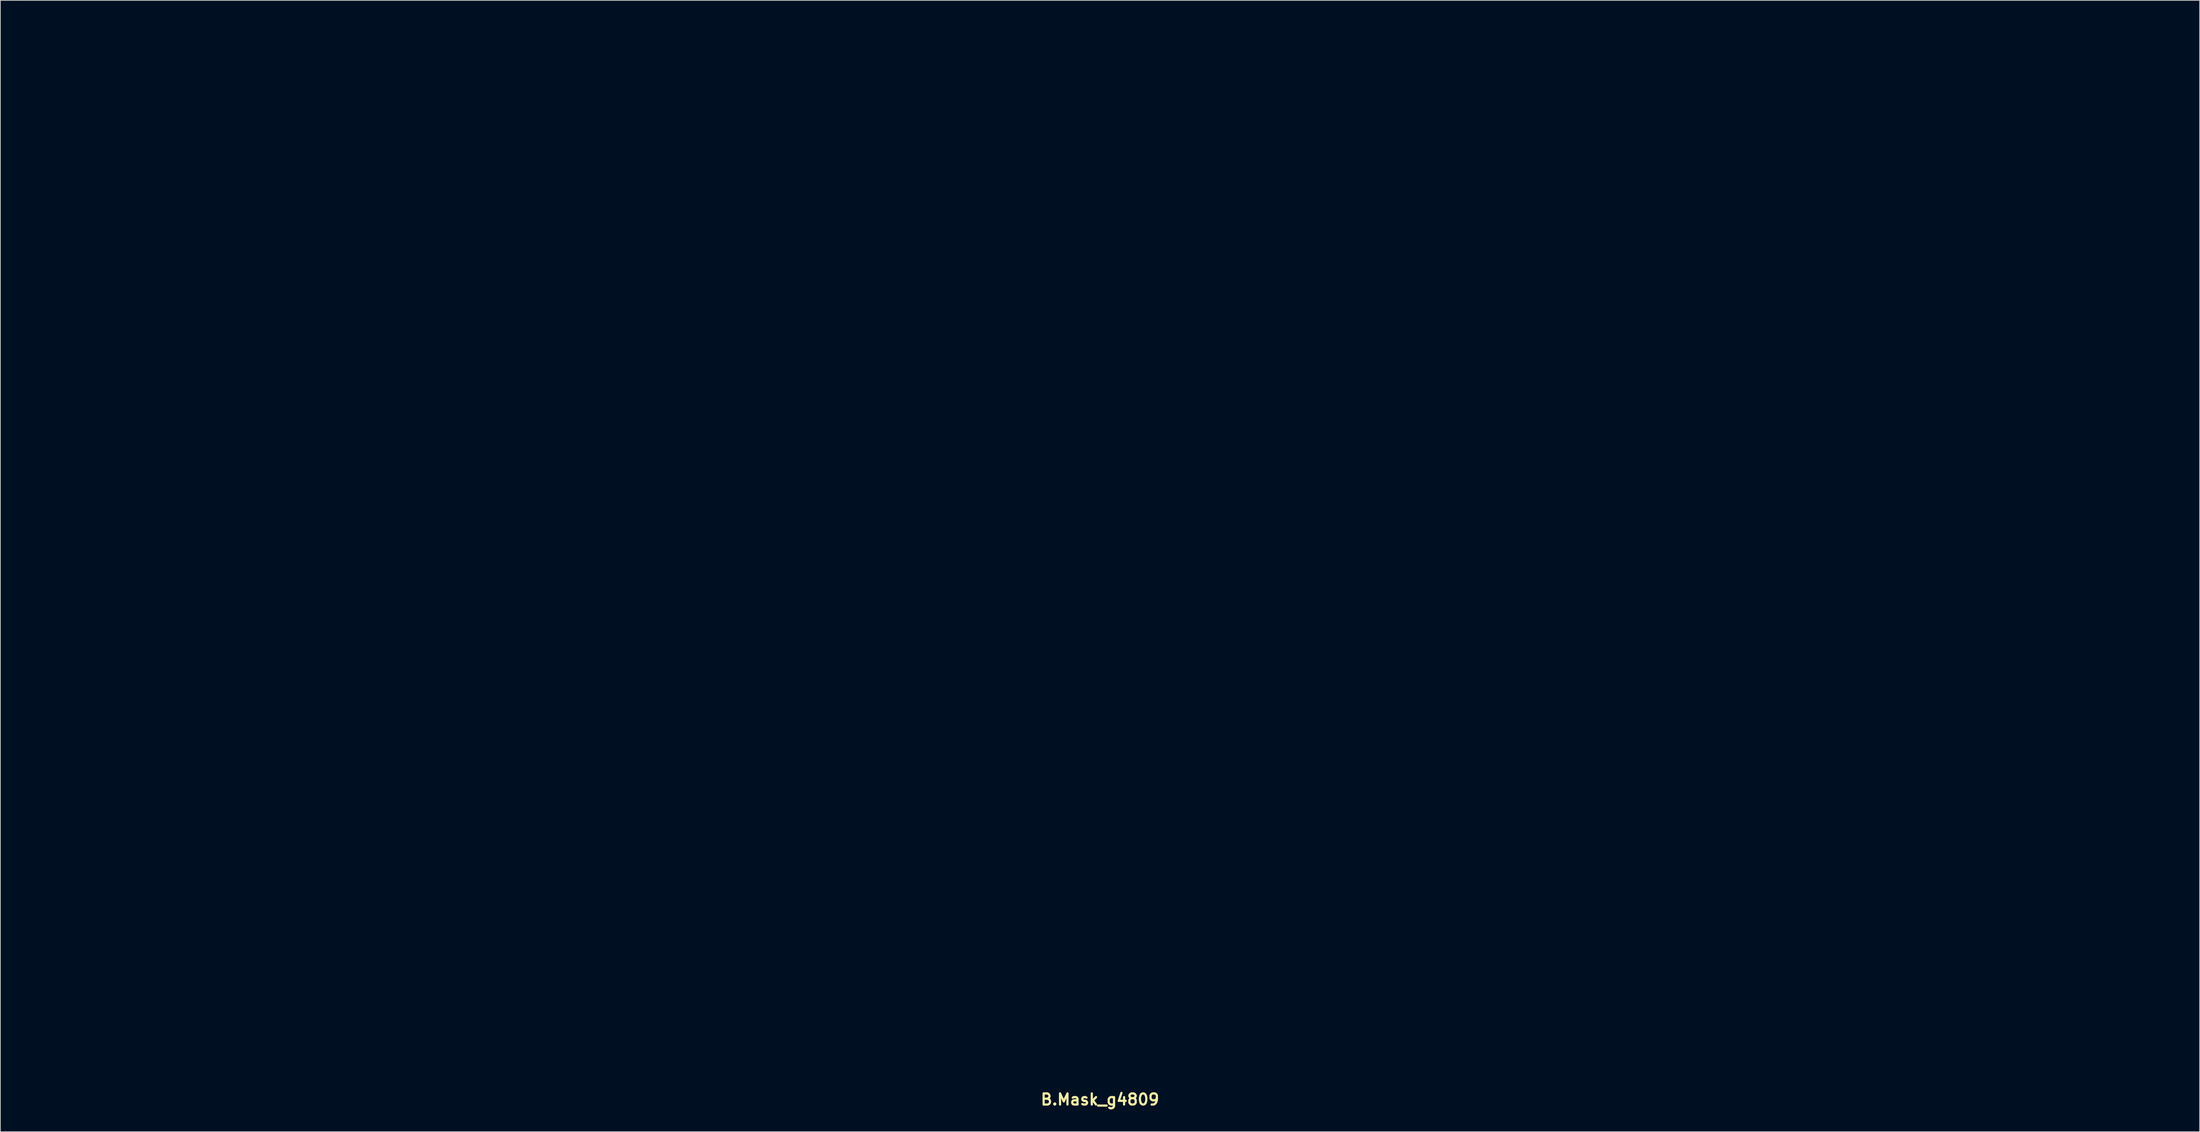
<source format=kicad_pcb>
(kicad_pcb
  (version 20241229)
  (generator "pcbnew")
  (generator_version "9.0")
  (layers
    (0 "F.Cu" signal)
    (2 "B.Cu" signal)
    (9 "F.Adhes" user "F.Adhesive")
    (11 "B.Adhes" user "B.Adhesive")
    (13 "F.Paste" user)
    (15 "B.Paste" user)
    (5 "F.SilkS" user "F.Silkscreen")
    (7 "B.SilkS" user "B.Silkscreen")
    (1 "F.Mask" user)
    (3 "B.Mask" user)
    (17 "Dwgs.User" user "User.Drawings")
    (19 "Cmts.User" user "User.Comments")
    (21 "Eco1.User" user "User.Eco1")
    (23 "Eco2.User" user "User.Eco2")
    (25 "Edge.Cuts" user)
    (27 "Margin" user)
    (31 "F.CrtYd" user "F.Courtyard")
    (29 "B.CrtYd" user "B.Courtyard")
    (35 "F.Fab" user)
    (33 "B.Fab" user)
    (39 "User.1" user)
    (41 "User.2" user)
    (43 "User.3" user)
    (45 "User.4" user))
  (footprint "B.Mask_g4809"
    (layer "F.Cu")
    (at 147.788 147.788)
    (property "Reference" "B.Mask_g4809" (at 0 0 0) (layer "F.SilkS") (effects (font (size 1.524 1.524) (thickness 0.3))))
    (attr through_hole)
    (fp_poly (pts (xy 6.403 -101.009) (xy 8.337 -101.009) (xy 10.27 -101.008) (xy 12.202 -101.008) (xy 14.132 -101.008) (xy 16.059 -101.008) (xy 17.984 -101.008) (xy 19.906 -101.008) (xy 21.824 -101.008) (xy 23.738 -101.008) (xy 25.647 -101.008) (xy 27.552 -101.008) (xy 29.45 -101.008) (xy 31.343 -101.008) (xy 33.23 -101.008) (xy 35.109 -101.008) (xy 36.981 -101.008) (xy 38.846 -101.008) (xy 40.702 -101.007) (xy 42.549 -101.007) (xy 44.387 -101.007) (xy 46.216 -101.007) (xy 48.034 -101.007) (xy 49.842 -101.007) (xy 51.639 -101.007) (xy 53.424 -101.007) (xy 55.197 -101.006) (xy 56.957 -101.006) (xy 58.705 -101.006) (xy 60.439 -101.006) (xy 62.16 -101.006) (xy 63.866 -101.006) (xy 65.557 -101.005) (xy 67.233 -101.005) (xy 68.894 -101.005) (xy 70.538 -101.005) (xy 72.166 -101.005) (xy 73.776 -101.004) (xy 75.369 -101.004) (xy 76.944 -101.004) (xy 78.5 -101.004) (xy 80.037 -101.003) (xy 81.555 -101.003) (xy 83.053 -101.003) (xy 84.531 -101.003) (xy 85.988 -101.002) (xy 87.423 -101.002) (xy 88.837 -101.002) (xy 90.229 -101.002) (xy 91.598 -101.001) (xy 92.943 -101.001) (xy 94.266 -101.001) (xy 95.564 -101.001) (xy 96.837 -101) (xy 98.086 -101) (xy 99.309 -101) (xy 100.506 -100.999) (xy 101.677 -100.999) (xy 102.82 -100.999) (xy 103.937 -100.998) (xy 105.026 -100.998) (xy 106.086 -100.998) (xy 107.118 -100.997) (xy 108.121 -100.997) (xy 109.093 -100.997) (xy 110.036 -100.996) (xy 110.949 -100.996) (xy 111.83 -100.995) (xy 112.679 -100.995) (xy 113.497 -100.995) (xy 114.283 -100.994) (xy 115.035 -100.994) (xy 115.754 -100.993) (xy 116.439 -100.993) (xy 117.09 -100.993) (xy 117.706 -100.992) (xy 118.287 -100.992) (xy 118.832 -100.991) (xy 119.342 -100.991) (xy 119.814 -100.99) (xy 120.25 -100.99) (xy 120.647 -100.99) (xy 121.007 -100.989) (xy 121.329 -100.989) (xy 121.611 -100.988) (xy 121.854 -100.988) (xy 122.057 -100.987) (xy 122.22 -100.987) (xy 122.342 -100.986) (xy 122.423 -100.986) (xy 122.462 -100.985) (xy 122.466 -100.985) (xy 122.762 -100.935) (xy 123.036 -100.851) (xy 123.284 -100.736) (xy 123.507 -100.591) (xy 123.701 -100.418) (xy 123.865 -100.218) (xy 123.998 -99.992) (xy 124.096 -99.743) (xy 124.156 -99.498) (xy 124.175 -99.324) (xy 124.18 -99.126) (xy 124.17 -98.924) (xy 124.146 -98.733) (xy 124.124 -98.625) (xy 124.116 -98.596) (xy 124.096 -98.527) (xy 124.064 -98.42) (xy 124.022 -98.275) (xy 123.969 -98.093) (xy 123.905 -97.876) (xy 123.831 -97.623) (xy 123.747 -97.338) (xy 123.654 -97.019) (xy 123.551 -96.669) (xy 123.439 -96.288) (xy 123.318 -95.877) (xy 123.189 -95.437) (xy 123.051 -94.969) (xy 122.906 -94.474) (xy 122.752 -93.954) (xy 122.592 -93.408) (xy 122.424 -92.838) (xy 122.25 -92.246) (xy 122.069 -91.631) (xy 121.882 -90.995) (xy 121.688 -90.339) (xy 121.49 -89.664) (xy 121.285 -88.971) (xy 121.076 -88.261) (xy 120.862 -87.534) (xy 120.644 -86.793) (xy 120.421 -86.037) (xy 120.194 -85.267) (xy 119.964 -84.486) (xy 119.73 -83.693) (xy 119.494 -82.889) (xy 119.254 -82.076) (xy 119.012 -81.255) (xy 118.768 -80.427) (xy 118.522 -79.591) (xy 118.274 -78.751) (xy 118.025 -77.906) (xy 117.775 -77.057) (xy 117.524 -76.206) (xy 117.273 -75.353) (xy 117.021 -74.499) (xy 116.77 -73.646) (xy 116.518 -72.794) (xy 116.268 -71.945) (xy 116.018 -71.098) (xy 115.77 -70.256) (xy 115.523 -69.419) (xy 115.278 -68.589) (xy 115.036 -67.765) (xy 114.795 -66.95) (xy 114.557 -66.143) (xy 114.323 -65.347) (xy 114.091 -64.562) (xy 113.863 -63.789) (xy 113.639 -63.029) (xy 113.419 -62.282) (xy 113.203 -61.551) (xy 112.992 -60.836) (xy 112.786 -60.137) (xy 112.585 -59.457) (xy 112.39 -58.795) (xy 112.2 -58.153) (xy 112.017 -57.532) (xy 111.84 -56.933) (xy 111.67 -56.356) (xy 111.507 -55.803) (xy 111.351 -55.275) (xy 111.202 -54.772) (xy 111.062 -54.296) (xy 110.929 -53.848) (xy 110.805 -53.428) (xy 110.69 -53.038) (xy 110.583 -52.678) (xy 110.486 -52.35) (xy 110.399 -52.054) (xy 110.321 -51.792) (xy 110.253 -51.564) (xy 110.196 -51.371) (xy 110.15 -51.215) (xy 110.114 -51.096) (xy 110.09 -51.016) (xy 110.078 -50.974) (xy 110.076 -50.969) (xy 109.936 -50.642) (xy 109.759 -50.329) (xy 109.547 -50.033) (xy 109.303 -49.757) (xy 109.03 -49.503) (xy 108.732 -49.274) (xy 108.41 -49.072) (xy 108.069 -48.899) (xy 107.711 -48.759) (xy 107.357 -48.657) (xy 107.156 -48.61) (xy -10.594 -48.607) (xy -12.926 -48.607) (xy -15.245 -48.607) (xy -17.551 -48.607) (xy -19.844 -48.606) (xy -22.122 -48.606) (xy -24.387 -48.606) (xy -26.636 -48.606) (xy -28.871 -48.606) (xy -31.091 -48.606) (xy -33.295 -48.606) (xy -35.483 -48.606) (xy -37.655 -48.606) (xy -39.81 -48.606) (xy -41.948 -48.606) (xy -44.068 -48.607) (xy -46.171 -48.607) (xy -48.256 -48.607) (xy -50.323 -48.607) (xy -52.37 -48.607) (xy -54.399 -48.607) (xy -56.408 -48.607) (xy -58.397 -48.607) (xy -60.367 -48.607) (xy -62.315 -48.607) (xy -64.243 -48.607) (xy -66.149 -48.607) (xy -68.034 -48.607) (xy -69.897 -48.608) (xy -71.738 -48.608) (xy -73.556 -48.608) (xy -75.351 -48.608) (xy -77.123 -48.608) (xy -78.871 -48.608) (xy -80.595 -48.608) (xy -82.295 -48.608) (xy -83.97 -48.609) (xy -85.62 -48.609) (xy -87.244 -48.609) (xy -88.843 -48.609) (xy -90.416 -48.609) (xy -91.962 -48.609) (xy -93.481 -48.61) (xy -94.973 -48.61) (xy -96.438 -48.61) (xy -97.874 -48.61) (xy -99.283 -48.61) (xy -100.663 -48.611) (xy -102.014 -48.611) (xy -103.335 -48.611) (xy -104.627 -48.611) (xy -105.889 -48.612) (xy -107.121 -48.612) (xy -108.322 -48.612) (xy -109.492 -48.612) (xy -110.631 -48.613) (xy -111.738 -48.613) (xy -112.812 -48.613) (xy -113.855 -48.613) (xy -114.864 -48.614) (xy -115.841 -48.614) (xy -116.784 -48.614) (xy -117.693 -48.614) (xy -118.568 -48.615) (xy -119.408 -48.615) (xy -120.214 -48.615) (xy -120.984 -48.616) (xy -121.719 -48.616) (xy -122.417 -48.616) (xy -123.08 -48.616) (xy -123.706 -48.617) (xy -124.295 -48.617) (xy -124.846 -48.617) (xy -125.36 -48.618) (xy -125.836 -48.618) (xy -126.273 -48.618) (xy -126.672 -48.619) (xy -127.031 -48.619) (xy -127.351 -48.619) (xy -127.632 -48.62) (xy -127.872 -48.62) (xy -128.072 -48.62) (xy -128.231 -48.621) (xy -128.348 -48.621) (xy -128.424 -48.622) (xy -128.459 -48.622) (xy -128.46 -48.622) (xy -128.75 -48.686) (xy -129.017 -48.783) (xy -129.259 -48.91) (xy -129.474 -49.068) (xy -129.66 -49.253) (xy -129.814 -49.466) (xy -129.891 -49.604) (xy -129.958 -49.753) (xy -130.007 -49.894) (xy -130.042 -50.043) (xy -130.068 -50.216) (xy -130.07 -50.236) (xy -130.079 -50.394) (xy -130.074 -50.574) (xy -130.057 -50.759) (xy -130.029 -50.932) (xy -130.014 -51.001) (xy -130.007 -51.025) (xy -129.988 -51.088) (xy -129.958 -51.189) (xy -129.917 -51.329) (xy -129.866 -51.505) (xy -129.803 -51.717) (xy -129.731 -51.964) (xy -129.648 -52.244) (xy -129.556 -52.557) (xy -129.455 -52.902) (xy -129.344 -53.278) (xy -129.224 -53.684) (xy -129.096 -54.119) (xy -128.96 -54.582) (xy -128.816 -55.071) (xy -128.664 -55.587) (xy -128.505 -56.128) (xy -128.339 -56.693) (xy -128.165 -57.28) (xy -127.986 -57.89) (xy -127.8 -58.521) (xy -127.608 -59.173) (xy -127.411 -59.843) (xy -127.208 -60.532) (xy -127 -61.238) (xy -126.787 -61.96) (xy -126.57 -62.697) (xy -126.349 -63.449) (xy -126.123 -64.214) (xy -125.894 -64.991) (xy -125.662 -65.78) (xy -125.426 -66.58) (xy -125.188 -67.388) (xy -124.947 -68.205) (xy -124.704 -69.03) (xy -124.46 -69.861) (xy -124.213 -70.698) (xy -123.965 -71.539) (xy -123.716 -72.384) (xy -123.467 -73.232) (xy -123.216 -74.081) (xy -122.966 -74.931) (xy -122.716 -75.78) (xy -122.466 -76.629) (xy -122.217 -77.475) (xy -121.968 -78.317) (xy -121.721 -79.156) (xy -121.476 -79.99) (xy -121.232 -80.817) (xy -120.99 -81.637) (xy -120.751 -82.449) (xy -120.514 -83.252) (xy -120.28 -84.045) (xy -120.05 -84.827) (xy -119.823 -85.598) (xy -119.6 -86.355) (xy -119.381 -87.098) (xy -119.166 -87.826) (xy -118.956 -88.539) (xy -118.751 -89.234) (xy -118.552 -89.912) (xy -118.358 -90.571) (xy -118.169 -91.21) (xy -117.987 -91.828) (xy -117.811 -92.425) (xy -117.642 -92.999) (xy -117.48 -93.549) (xy -117.325 -94.075) (xy -117.177 -94.575) (xy -117.038 -95.049) (xy -116.906 -95.495) (xy -116.783 -95.912) (xy -116.669 -96.3) (xy -116.563 -96.657) (xy -116.467 -96.983) (xy -116.381 -97.277) (xy -116.304 -97.537) (xy -116.237 -97.762) (xy -116.181 -97.953) (xy -116.136 -98.107) (xy -116.101 -98.224) (xy -116.079 -98.298) (xy -115.98 -98.6) (xy -115.87 -98.869) (xy -115.746 -99.115) (xy -115.603 -99.346) (xy -115.51 -99.475) (xy -115.262 -99.773) (xy -114.986 -100.044) (xy -114.686 -100.286) (xy -114.365 -100.497) (xy -114.028 -100.674) (xy -113.678 -100.815) (xy -113.318 -100.918) (xy -112.952 -100.982) (xy -112.92 -100.986) (xy -112.894 -100.986) (xy -112.826 -100.987) (xy -112.717 -100.987) (xy -112.567 -100.988) (xy -112.376 -100.988) (xy -112.146 -100.988) (xy -111.876 -100.989) (xy -111.566 -100.989) (xy -111.218 -100.99) (xy -110.832 -100.99) (xy -110.409 -100.991) (xy -109.948 -100.991) (xy -109.45 -100.992) (xy -108.916 -100.992) (xy -108.347 -100.993) (xy -107.741 -100.993) (xy -107.101 -100.993) (xy -106.427 -100.994) (xy -105.718 -100.994) (xy -104.976 -100.995) (xy -104.201 -100.995) (xy -103.394 -100.995) (xy -102.554 -100.996) (xy -101.683 -100.996) (xy -100.78 -100.996) (xy -99.847 -100.997) (xy -98.883 -100.997) (xy -97.89 -100.998) (xy -96.867 -100.998) (xy -95.816 -100.998) (xy -94.736 -100.999) (xy -93.628 -100.999) (xy -92.493 -100.999) (xy -91.33 -101) (xy -90.142 -101) (xy -88.927 -101) (xy -87.686 -101) (xy -86.42 -101.001) (xy -85.13 -101.001) (xy -83.815 -101.001) (xy -82.477 -101.002) (xy -81.115 -101.002) (xy -79.731 -101.002) (xy -78.324 -101.002) (xy -76.895 -101.003) (xy -75.445 -101.003) (xy -73.974 -101.003) (xy -72.482 -101.003) (xy -70.97 -101.004) (xy -69.439 -101.004) (xy -67.889 -101.004) (xy -66.32 -101.004) (xy -64.732 -101.005) (xy -63.127 -101.005) (xy -61.505 -101.005) (xy -59.866 -101.005) (xy -58.211 -101.005) (xy -56.54 -101.006) (xy -54.853 -101.006) (xy -53.152 -101.006) (xy -51.436 -101.006) (xy -49.706 -101.006) (xy -47.962 -101.006) (xy -46.205 -101.007) (xy -44.436 -101.007) (xy -42.655 -101.007) (xy -40.862 -101.007) (xy -39.057 -101.007) (xy -37.242 -101.007) (xy -35.417 -101.007) (xy -33.582 -101.007) (xy -31.737 -101.008) (xy -29.884 -101.008) (xy -28.022 -101.008) (xy -26.152 -101.008) (xy -24.275 -101.008) (xy -22.391 -101.008) (xy -20.5 -101.008) (xy -18.603 -101.008) (xy -16.7 -101.008) (xy -14.792 -101.008) (xy -12.88 -101.008) (xy -10.963 -101.008) (xy -9.042 -101.008) (xy -7.118 -101.008) (xy -5.192 -101.008) (xy -3.262 -101.008) (xy -1.331 -101.009) (xy 0.601 -101.009) (xy 2.535 -101.009) (xy 4.469 -101.009) (xy 6.403 -101.009)) (stroke (width 0.01) (type solid)) (fill yes) (layer "B.Mask"))
    (fp_poly (pts (xy -61.921 -147.783) (xy -59.518 -147.783) (xy -57.076 -147.783) (xy -54.595 -147.783) (xy -52.074 -147.783) (xy -49.514 -147.783) (xy -46.914 -147.783) (xy -44.275 -147.783) (xy -41.596 -147.783) (xy -38.876 -147.783) (xy -36.116 -147.782) (xy -33.316 -147.782) (xy -30.476 -147.782) (xy -27.594 -147.782) (xy -24.672 -147.782) (xy -21.709 -147.782) (xy -18.704 -147.782) (xy -15.658 -147.782) (xy -12.571 -147.782) (xy -9.442 -147.782) (xy -6.271 -147.781) (xy -3.058 -147.781) (xy 0.18 -147.781) (xy 143.055 -147.775) (xy 143.325 -147.728) (xy 143.799 -147.627) (xy 144.248 -147.494) (xy 144.672 -147.328) (xy 145.074 -147.128) (xy 145.434 -146.908) (xy 145.818 -146.627) (xy 146.171 -146.318) (xy 146.492 -145.981) (xy 146.779 -145.619) (xy 147.034 -145.232) (xy 147.254 -144.821) (xy 147.44 -144.387) (xy 147.59 -143.932) (xy 147.703 -143.456) (xy 147.728 -143.324) (xy 147.775 -143.055) (xy 147.781 -84.984) (xy 147.781 -82.915) (xy 147.782 -80.889) (xy 147.782 -78.904) (xy 147.782 -76.96) (xy 147.782 -75.058) (xy 147.782 -73.197) (xy 147.782 -71.377) (xy 147.782 -69.598) (xy 147.783 -67.858) (xy 147.783 -66.159) (xy 147.783 -64.5) (xy 147.783 -62.88) (xy 147.783 -61.299) (xy 147.783 -59.757) (xy 147.783 -58.255) (xy 147.783 -56.79) (xy 147.783 -55.364) (xy 147.783 -53.976) (xy 147.783 -52.626) (xy 147.783 -51.313) (xy 147.782 -50.038) (xy 147.782 -48.799) (xy 147.782 -47.597) (xy 147.782 -46.432) (xy 147.782 -45.303) (xy 147.782 -44.21) (xy 147.782 -43.153) (xy 147.781 -42.131) (xy 147.781 -41.144) (xy 147.781 -40.193) (xy 147.781 -39.276) (xy 147.78 -38.393) (xy 147.78 -37.545) (xy 147.78 -36.731) (xy 147.779 -35.95) (xy 147.779 -35.203) (xy 147.778 -34.489) (xy 147.778 -33.808) (xy 147.778 -33.159) (xy 147.777 -32.543) (xy 147.777 -31.959) (xy 147.776 -31.407) (xy 147.776 -30.887) (xy 147.775 -30.398) (xy 147.775 -29.941) (xy 147.774 -29.514) (xy 147.774 -29.118) (xy 147.773 -28.752) (xy 147.772 -28.416) (xy 147.772 -28.111) (xy 147.771 -27.835) (xy 147.771 -27.588) (xy 147.77 -27.37) (xy 147.769 -27.182) (xy 147.768 -27.022) (xy 147.768 -26.89) (xy 147.767 -26.786) (xy 147.766 -26.71) (xy 147.765 -26.662) (xy 147.765 -26.642) (xy 147.704 -26.168) (xy 147.605 -25.71) (xy 147.466 -25.268) (xy 147.287 -24.839) (xy 147.068 -24.425) (xy 146.89 -24.141) (xy 146.649 -23.812) (xy 146.374 -23.494) (xy 146.072 -23.195) (xy 145.753 -22.922) (xy 145.423 -22.683) (xy 145.415 -22.678) (xy 145.078 -22.474) (xy 144.731 -22.298) (xy 144.369 -22.15) (xy 143.984 -22.024) (xy 143.57 -21.921) (xy 143.372 -21.88) (xy 143.14 -21.835) (xy 0.106 -21.832) (xy -2.361 -21.832) (xy -4.817 -21.832) (xy -7.264 -21.832) (xy -9.7 -21.832) (xy -12.125 -21.832) (xy -14.539 -21.832) (xy -16.942 -21.832) (xy -19.333 -21.832) (xy -21.712 -21.832) (xy -24.078 -21.832) (xy -26.432 -21.832) (xy -28.772 -21.832) (xy -31.099 -21.832) (xy -33.412 -21.832) (xy -35.71 -21.832) (xy -37.995 -21.832) (xy -40.264 -21.832) (xy -42.518 -21.832) (xy -44.756 -21.832) (xy -46.979 -21.832) (xy -49.185 -21.832) (xy -51.374 -21.832) (xy -53.547 -21.832) (xy -55.702 -21.832) (xy -57.84 -21.832) (xy -59.959 -21.832) (xy -62.06 -21.832) (xy -64.143 -21.832) (xy -66.206 -21.832) (xy -68.25 -21.832) (xy -70.275 -21.832) (xy -72.279 -21.832) (xy -74.263 -21.832) (xy -76.226 -21.832) (xy -78.168 -21.832) (xy -80.088 -21.832) (xy -81.987 -21.832) (xy -83.863 -21.832) (xy -85.717 -21.832) (xy -87.549 -21.832) (xy -89.357 -21.832) (xy -91.141 -21.832) (xy -92.902 -21.832) (xy -94.638 -21.832) (xy -96.35 -21.833) (xy -98.037 -21.833) (xy -99.698 -21.833) (xy -101.334 -21.833) (xy -102.945 -21.833) (xy -104.528 -21.833) (xy -106.086 -21.833) (xy -107.616 -21.833) (xy -109.119 -21.833) (xy -110.594 -21.833) (xy -112.041 -21.833) (xy -113.46 -21.833) (xy -114.85 -21.833) (xy -116.211 -21.833) (xy -117.543 -21.833) (xy -118.845 -21.833) (xy -120.116 -21.834) (xy -121.358 -21.834) (xy -122.569 -21.834) (xy -123.748 -21.834) (xy -124.896 -21.834) (xy -126.012 -21.834) (xy -127.096 -21.834) (xy -128.148 -21.834) (xy -129.167 -21.834) (xy -130.152 -21.834) (xy -131.104 -21.834) (xy -132.023 -21.835) (xy -132.906 -21.835) (xy -133.756 -21.835) (xy -134.57 -21.835) (xy -135.349 -21.835) (xy -136.093 -21.835) (xy -136.801 -21.835) (xy -137.472 -21.835) (xy -138.107 -21.835) (xy -138.704 -21.835) (xy -139.265 -21.836) (xy -139.788 -21.836) (xy -140.272 -21.836) (xy -140.719 -21.836) (xy -141.126 -21.836) (xy -141.495 -21.836) (xy -141.824 -21.836) (xy -142.113 -21.836) (xy -142.363 -21.837) (xy -142.572 -21.837) (xy -142.74 -21.837) (xy -142.867 -21.837) (xy -142.952 -21.837) (xy -142.996 -21.837) (xy -143.002 -21.837) (xy -143.486 -21.907) (xy -143.951 -22.015) (xy -144.398 -22.161) (xy -144.827 -22.345) (xy -145.237 -22.568) (xy -145.629 -22.828) (xy -145.836 -22.988) (xy -145.954 -23.088) (xy -146.089 -23.212) (xy -146.23 -23.35) (xy -146.37 -23.493) (xy -146.499 -23.631) (xy -146.608 -23.756) (xy -146.645 -23.802) (xy -146.922 -24.185) (xy -147.161 -24.587) (xy -147.362 -25.008) (xy -147.525 -25.446) (xy -147.65 -25.898) (xy -147.734 -26.364) (xy -147.765 -26.642) (xy -147.765 -26.666) (xy -147.766 -26.716) (xy -147.767 -26.795) (xy -147.768 -26.901) (xy -147.768 -27.035) (xy -147.769 -27.198) (xy -147.77 -27.389) (xy -147.771 -27.61) (xy -147.771 -27.859) (xy -147.772 -28.138) (xy -147.773 -28.446) (xy -147.773 -28.785) (xy -147.774 -29.153) (xy -147.774 -29.552) (xy -147.775 -29.982) (xy -147.775 -30.443) (xy -147.776 -30.934) (xy -147.776 -31.457) (xy -147.777 -32.012) (xy -147.777 -32.599) (xy -147.778 -33.218) (xy -147.778 -33.87) (xy -147.779 -34.554) (xy -147.779 -35.271) (xy -147.779 -36.021) (xy -147.78 -36.805) (xy -147.78 -37.622) (xy -147.78 -38.474) (xy -147.781 -39.36) (xy -147.781 -40.28) (xy -147.781 -41.235) (xy -147.781 -42.225) (xy -147.782 -43.25) (xy -147.782 -44.311) (xy -147.782 -45.407) (xy -147.782 -46.539) (xy -147.782 -47.708) (xy -147.782 -48.913) (xy -147.783 -50.155) (xy -147.783 -51.434) (xy -147.783 -52.751) (xy -147.783 -54.104) (xy -147.783 -55.496) (xy -147.783 -56.926) (xy -147.783 -58.393) (xy -147.783 -59.9) (xy -147.783 -61.445) (xy -147.783 -63.029) (xy -147.783 -64.653) (xy -147.783 -66.316) (xy -147.783 -68.019) (xy -147.783 -69.762) (xy -147.782 -71.546) (xy -147.782 -73.37) (xy -147.782 -75.235) (xy -147.782 -77.14) (xy -147.782 -79.088) (xy -147.782 -81.076) (xy -147.781 -83.107) (xy -147.781 -84.984) (xy -147.781 -86.885) (xy -147.781 -88.744) (xy -147.781 -90.562) (xy -147.78 -92.339) (xy -147.78 -94.076) (xy -147.78 -95.772) (xy -147.78 -97.429) (xy -147.78 -99.047) (xy -147.779 -100.626) (xy -147.779 -102.167) (xy -147.779 -103.671) (xy -147.779 -105.137) (xy -147.779 -106.566) (xy -147.778 -107.96) (xy -147.778 -109.317) (xy -147.778 -110.612) (xy -144.777 -110.612) (xy -144.777 -109.135) (xy -144.777 -107.621) (xy -144.777 -106.068) (xy -144.777 -104.477) (xy -144.777 -102.846) (xy -144.777 -101.177) (xy -144.777 -99.467) (xy -144.777 -97.718) (xy -144.777 -95.929) (xy -144.776 -94.099) (xy -144.776 -92.228) (xy -144.776 -90.316) (xy -144.776 -88.363) (xy -144.776 -86.368) (xy -144.776 -84.698) (xy -144.769 -26.702) (xy -144.713 -26.501) (xy -144.611 -26.209) (xy -144.475 -25.937) (xy -144.307 -25.69) (xy -144.11 -25.468) (xy -143.888 -25.274) (xy -143.643 -25.111) (xy -143.377 -24.981) (xy -143.095 -24.888) (xy -142.798 -24.832) (xy -142.79 -24.831) (xy -142.766 -24.831) (xy -142.699 -24.83) (xy -142.591 -24.83) (xy -142.442 -24.829) (xy -142.252 -24.829) (xy -142.022 -24.829) (xy -141.752 -24.828) (xy -141.442 -24.828) (xy -141.094 -24.827) (xy -140.707 -24.827) (xy -140.283 -24.827) (xy -139.82 -24.826) (xy -139.32 -24.826) (xy -138.783 -24.826) (xy -138.21 -24.825) (xy -137.601 -24.825) (xy -136.956 -24.824) (xy -136.276 -24.824) (xy -135.562 -24.824) (xy -134.813 -24.823) (xy -134.03 -24.823) (xy -133.213 -24.823) (xy -132.364 -24.822) (xy -131.482 -24.822) (xy -130.567 -24.822) (xy -129.621 -24.821) (xy -128.644 -24.821) (xy -127.635 -24.821) (xy -126.596 -24.821) (xy -125.527 -24.82) (xy -124.428 -24.82) (xy -123.3 -24.82) (xy -122.143 -24.819) (xy -120.958 -24.819) (xy -119.745 -24.819) (xy -118.504 -24.819) (xy -117.236 -24.818) (xy -115.941 -24.818) (xy -114.62 -24.818) (xy -113.273 -24.818) (xy -111.9 -24.817) (xy -110.503 -24.817) (xy -109.08 -24.817) (xy -107.634 -24.817) (xy -106.164 -24.816) (xy -104.67 -24.816) (xy -103.154 -24.816) (xy -101.615 -24.816) (xy -100.053 -24.815) (xy -98.471 -24.815) (xy -96.866 -24.815) (xy -95.241 -24.815) (xy -93.596 -24.815) (xy -91.931 -24.814) (xy -90.246 -24.814) (xy -88.542 -24.814) (xy -86.819 -24.814) (xy -85.078 -24.814) (xy -83.318 -24.813) (xy -81.542 -24.813) (xy -79.748 -24.813) (xy -77.938 -24.813) (xy -76.112 -24.813) (xy -74.27 -24.813) (xy -72.412 -24.812) (xy -70.539 -24.812) (xy -68.652 -24.812) (xy -66.751 -24.812) (xy -64.836 -24.812) (xy -62.908 -24.812) (xy -60.967 -24.812) (xy -59.014 -24.811) (xy -57.049 -24.811) (xy -55.072 -24.811) (xy -53.084 -24.811) (xy -51.085 -24.811) (xy -49.076 -24.811) (xy -47.057 -24.811) (xy -45.029 -24.811) (xy -42.991 -24.811) (xy -40.945 -24.81) (xy -38.891 -24.81) (xy -36.829 -24.81) (xy -34.76 -24.81) (xy -32.683 -24.81) (xy -30.6 -24.81) (xy -28.511 -24.81) (xy -26.417 -24.81) (xy -24.317 -24.81) (xy -22.212 -24.81) (xy -20.103 -24.81) (xy -17.99 -24.81) (xy -15.873 -24.81) (xy -13.753 -24.81) (xy -11.631 -24.81) (xy -9.506 -24.81) (xy -7.379 -24.81) (xy -5.251 -24.81) (xy -3.122 -24.81) (xy -0.992 -24.81) (xy 1.138 -24.81) (xy 3.268 -24.81) (xy 5.397 -24.81) (xy 7.525 -24.81) (xy 9.651 -24.81) (xy 11.776 -24.81) (xy 13.898 -24.81) (xy 16.018 -24.81) (xy 18.134 -24.81) (xy 20.247 -24.81) (xy 22.356 -24.81) (xy 24.46 -24.81) (xy 26.56 -24.81) (xy 28.654 -24.81) (xy 30.742 -24.81) (xy 32.825 -24.81) (xy 34.901 -24.81) (xy 36.969 -24.81) (xy 39.031 -24.81) (xy 41.084 -24.81) (xy 43.13 -24.81) (xy 45.167 -24.81) (xy 47.194 -24.81) (xy 49.212 -24.81) (xy 51.221 -24.811) (xy 53.219 -24.811) (xy 55.206 -24.811) (xy 57.182 -24.811) (xy 59.146 -24.811) (xy 61.098 -24.811) (xy 63.038 -24.811) (xy 64.965 -24.811) (xy 66.879 -24.811) (xy 68.779 -24.812) (xy 70.665 -24.812) (xy 72.536 -24.812) (xy 74.392 -24.812) (xy 76.233 -24.812) (xy 78.058 -24.812) (xy 79.867 -24.812) (xy 81.659 -24.813) (xy 83.435 -24.813) (xy 85.192 -24.813) (xy 86.932 -24.813) (xy 88.653 -24.813) (xy 90.356 -24.814) (xy 92.039 -24.814) (xy 93.703 -24.814) (xy 95.347 -24.814) (xy 96.97 -24.814) (xy 98.572 -24.814) (xy 100.153 -24.815) (xy 101.713 -24.815) (xy 103.25 -24.815) (xy 104.765 -24.815) (xy 106.256 -24.816) (xy 107.725 -24.816) (xy 109.169 -24.816) (xy 110.589 -24.816) (xy 111.985 -24.816) (xy 113.355 -24.817) (xy 114.7 -24.817) (xy 116.019 -24.817) (xy 117.312 -24.817) (xy 118.578 -24.818) (xy 119.817 -24.818) (xy 121.028 -24.818) (xy 122.211 -24.819) (xy 123.365 -24.819) (xy 124.491 -24.819) (xy 125.587 -24.819) (xy 126.654 -24.82) (xy 127.691 -24.82) (xy 128.697 -24.82) (xy 129.672 -24.821) (xy 130.615 -24.821) (xy 131.527 -24.821) (xy 132.406 -24.822) (xy 133.253 -24.822) (xy 134.067 -24.822) (xy 134.847 -24.823) (xy 135.593 -24.823) (xy 136.305 -24.823) (xy 136.982 -24.824) (xy 137.624 -24.824) (xy 138.23 -24.824) (xy 138.8 -24.825) (xy 139.334 -24.825) (xy 139.831 -24.825) (xy 140.29 -24.826) (xy 140.712 -24.826) (xy 141.096 -24.826) (xy 141.441 -24.827) (xy 141.747 -24.827) (xy 142.014 -24.828) (xy 142.24 -24.828) (xy 142.427 -24.828) (xy 142.573 -24.829) (xy 142.678 -24.829) (xy 142.741 -24.83) (xy 142.762 -24.83) (xy 143.066 -24.884) (xy 143.354 -24.976) (xy 143.623 -25.102) (xy 143.871 -25.26) (xy 144.094 -25.449) (xy 144.291 -25.664) (xy 144.459 -25.905) (xy 144.594 -26.168) (xy 144.695 -26.451) (xy 144.748 -26.681) (xy 144.749 -26.69) (xy 144.75 -26.705) (xy 144.751 -26.727) (xy 144.752 -26.755) (xy 144.753 -26.791) (xy 144.754 -26.835) (xy 144.755 -26.887) (xy 144.756 -26.948) (xy 144.757 -27.018) (xy 144.757 -27.098) (xy 144.758 -27.188) (xy 144.759 -27.289) (xy 144.76 -27.401) (xy 144.761 -27.524) (xy 144.761 -27.659) (xy 144.762 -27.807) (xy 144.763 -27.967) (xy 144.764 -28.141) (xy 144.764 -28.329) (xy 144.765 -28.531) (xy 144.766 -28.748) (xy 144.766 -28.979) (xy 144.767 -29.227) (xy 144.767 -29.491) (xy 144.768 -29.771) (xy 144.769 -30.068) (xy 144.769 -30.383) (xy 144.77 -30.715) (xy 144.77 -31.066) (xy 144.771 -31.436) (xy 144.771 -31.825) (xy 144.771 -32.234) (xy 144.772 -32.663) (xy 144.772 -33.113) (xy 144.773 -33.584) (xy 144.773 -34.076) (xy 144.774 -34.591) (xy 144.774 -35.128) (xy 144.774 -35.688) (xy 144.775 -36.271) (xy 144.775 -36.878) (xy 144.775 -37.51) (xy 144.776 -38.166) (xy 144.776 -38.848) (xy 144.776 -39.555) (xy 144.776 -40.288) (xy 144.777 -41.049) (xy 144.777 -41.836) (xy 144.777 -42.65) (xy 144.777 -43.493) (xy 144.778 -44.364) (xy 144.778 -45.264) (xy 144.778 -46.193) (xy 144.778 -47.152) (xy 144.778 -48.142) (xy 144.778 -49.162) (xy 144.779 -50.213) (xy 144.779 -51.296) (xy 144.779 -52.411) (xy 144.779 -53.559) (xy 144.779 -54.739) (xy 144.779 -55.954) (xy 144.779 -57.202) (xy 144.779 -58.484) (xy 144.779 -59.801) (xy 144.78 -61.154) (xy 144.78 -62.542) (xy 144.78 -63.967) (xy 144.78 -65.428) (xy 144.78 -66.926) (xy 144.78 -68.462) (xy 144.78 -70.036) (xy 144.78 -71.648) (xy 144.78 -73.3) (xy 144.78 -74.99) (xy 144.78 -76.721) (xy 144.78 -78.492) (xy 144.78 -80.304) (xy 144.78 -82.157) (xy 144.78 -84.051) (xy 144.78 -84.804) (xy 144.78 -86.721) (xy 144.78 -88.595) (xy 144.78 -90.428) (xy 144.78 -92.221) (xy 144.78 -93.972) (xy 144.78 -95.684) (xy 144.78 -97.356) (xy 144.78 -98.989) (xy 144.78 -100.583) (xy 144.78 -102.138) (xy 144.78 -103.656) (xy 144.78 -105.137) (xy 144.78 -106.581) (xy 144.78 -107.988) (xy 144.779 -109.359) (xy 144.779 -110.695) (xy 144.779 -111.996) (xy 144.779 -113.261) (xy 144.779 -114.493) (xy 144.779 -115.691) (xy 144.779 -116.856) (xy 144.779 -117.988) (xy 144.779 -119.087) (xy 144.778 -120.155) (xy 144.778 -121.191) (xy 144.778 -122.196) (xy 144.778 -123.171) (xy 144.778 -124.115) (xy 144.777 -125.03) (xy 144.777 -125.915) (xy 144.777 -126.772) (xy 144.777 -127.6) (xy 144.777 -128.401) (xy 144.776 -129.174) (xy 144.776 -129.92) (xy 144.776 -130.639) (xy 144.775 -131.333) (xy 144.775 -132.001) (xy 144.775 -132.644) (xy 144.774 -133.262) (xy 144.774 -133.856) (xy 144.774 -134.426) (xy 144.773 -134.973) (xy 144.773 -135.496) (xy 144.773 -135.998) (xy 144.772 -136.477) (xy 144.772 -136.935) (xy 144.771 -137.372) (xy 144.771 -137.788) (xy 144.77 -138.184) (xy 144.77 -138.56) (xy 144.769 -138.917) (xy 144.769 -139.255) (xy 144.768 -139.575) (xy 144.768 -139.877) (xy 144.767 -140.161) (xy 144.767 -140.429) (xy 144.766 -140.679) (xy 144.765 -140.914) (xy 144.765 -141.133) (xy 144.764 -141.337) (xy 144.763 -141.526) (xy 144.763 -141.701) (xy 144.762 -141.862) (xy 144.761 -142.009) (xy 144.76 -142.144) (xy 144.76 -142.266) (xy 144.759 -142.376) (xy 144.758 -142.475) (xy 144.757 -142.562) (xy 144.756 -142.639) (xy 144.755 -142.705) (xy 144.755 -142.762) (xy 144.754 -142.809) (xy 144.753 -142.847) (xy 144.752 -142.877) (xy 144.751 -142.899) (xy 144.75 -142.914) (xy 144.749 -142.92) (xy 144.676 -143.215) (xy 144.567 -143.494) (xy 144.423 -143.752) (xy 144.247 -143.989) (xy 144.043 -144.199) (xy 143.813 -144.382) (xy 143.559 -144.534) (xy 143.286 -144.653) (xy 142.994 -144.735) (xy 142.92 -144.749) (xy 142.913 -144.75) (xy 142.898 -144.75) (xy 142.877 -144.751) (xy 142.848 -144.752) (xy 142.811 -144.752) (xy 142.765 -144.753) (xy 142.712 -144.753) (xy 142.649 -144.754) (xy 142.578 -144.755) (xy 142.497 -144.755) (xy 142.406 -144.756) (xy 142.306 -144.756) (xy 142.195 -144.757) (xy 142.074 -144.757) (xy 141.943 -144.758) (xy 141.8 -144.758) (xy 141.645 -144.759) (xy 141.479 -144.759) (xy 141.302 -144.76) (xy 141.112 -144.76) (xy 140.909 -144.761) (xy 140.694 -144.761) (xy 140.465 -144.762) (xy 140.224 -144.762) (xy 139.968 -144.763) (xy 139.699 -144.763) (xy 139.416 -144.764) (xy 139.117 -144.764) (xy 138.805 -144.764) (xy 138.477 -144.765) (xy 138.133 -144.765) (xy 137.774 -144.766) (xy 137.399 -144.766) (xy 137.008 -144.767) (xy 136.601 -144.767) (xy 136.176 -144.767) (xy 135.735 -144.768) (xy 135.276 -144.768) (xy 134.799 -144.768) (xy 134.304 -144.769) (xy 133.791 -144.769) (xy 133.26 -144.769) (xy 132.71 -144.77) (xy 132.14 -144.77) (xy 131.552 -144.77) (xy 130.943 -144.771) (xy 130.315 -144.771) (xy 129.666 -144.771) (xy 128.997 -144.772) (xy 128.307 -144.772) (xy 127.596 -144.772) (xy 126.863 -144.772) (xy 126.109 -144.773) (xy 125.333 -144.773) (xy 124.534 -144.773) (xy 123.713 -144.773) (xy 122.869 -144.774) (xy 122.002 -144.774) (xy 121.111 -144.774) (xy 120.197 -144.774) (xy 119.259 -144.775) (xy 118.296 -144.775) (xy 117.309 -144.775) (xy 116.297 -144.775) (xy 115.26 -144.775) (xy 114.197 -144.776) (xy 113.109 -144.776) (xy 111.995 -144.776) (xy 110.854 -144.776) (xy 109.687 -144.776) (xy 108.493 -144.776) (xy 107.271 -144.777) (xy 106.023 -144.777) (xy 104.746 -144.777) (xy 103.442 -144.777) (xy 102.109 -144.777) (xy 100.747 -144.777) (xy 99.357 -144.777) (xy 97.938 -144.778) (xy 96.489 -144.778) (xy 95.01 -144.778) (xy 93.501 -144.778) (xy 91.962 -144.778) (xy 90.392 -144.778) (xy 88.792 -144.778) (xy 87.16 -144.778) (xy 85.497 -144.778) (xy 83.802 -144.779) (xy 82.075 -144.779) (xy 80.315 -144.779) (xy 78.523 -144.779) (xy 76.698 -144.779) (xy 74.84 -144.779) (xy 72.948 -144.779) (xy 71.023 -144.779) (xy 69.063 -144.779) (xy 67.069 -144.779) (xy 65.041 -144.779) (xy 62.977 -144.779) (xy 60.879 -144.779) (xy 58.744 -144.779) (xy 56.574 -144.78) (xy 54.368 -144.78) (xy 52.126 -144.78) (xy 49.847 -144.78) (xy 47.531 -144.78) (xy 45.178 -144.78) (xy 42.787 -144.78) (xy 40.358 -144.78) (xy 37.891 -144.78) (xy 35.386 -144.78) (xy 32.843 -144.78) (xy 30.26 -144.78) (xy 27.638 -144.78) (xy 24.976 -144.78) (xy 22.275 -144.78) (xy 19.534 -144.78) (xy 16.752 -144.78) (xy 13.929 -144.78) (xy 11.066 -144.78) (xy 8.161 -144.78) (xy 5.215 -144.78) (xy 2.227 -144.78) (xy 0 -144.78) (xy -3.019 -144.78) (xy -5.996 -144.78) (xy -8.931 -144.78) (xy -11.825 -144.78) (xy -14.678 -144.78) (xy -17.49 -144.78) (xy -20.261 -144.78) (xy -22.992 -144.78) (xy -25.682 -144.78) (xy -28.333 -144.78) (xy -30.945 -144.78) (xy -33.517 -144.78) (xy -36.051 -144.78) (xy -38.546 -144.78) (xy -41.002 -144.78) (xy -43.421 -144.78) (xy -45.802 -144.78) (xy -48.145 -144.78) (xy -50.452 -144.78) (xy -52.721 -144.78) (xy -54.954 -144.78) (xy -57.15 -144.78) (xy -59.311 -144.779) (xy -61.436 -144.779) (xy -63.525 -144.779) (xy -65.579 -144.779) (xy -67.599 -144.779) (xy -69.583 -144.779) (xy -71.534 -144.779) (xy -73.45 -144.779) (xy -75.333 -144.779) (xy -77.183 -144.779) (xy -78.999 -144.779) (xy -80.782 -144.779) (xy -82.533 -144.779) (xy -84.252 -144.779) (xy -85.939 -144.778) (xy -87.593 -144.778) (xy -89.217 -144.778) (xy -90.809 -144.778) (xy -92.371 -144.778) (xy -93.902 -144.778) (xy -95.403 -144.778) (xy -96.874 -144.778) (xy -98.315 -144.778) (xy -99.727 -144.777) (xy -101.109 -144.777) (xy -102.463 -144.777) (xy -103.788 -144.777) (xy -105.086 -144.777) (xy -106.355 -144.777) (xy -107.596 -144.777) (xy -108.81 -144.776) (xy -109.997 -144.776) (xy -111.157 -144.776) (xy -112.291 -144.776) (xy -113.398 -144.776) (xy -114.48 -144.775) (xy -115.536 -144.775) (xy -116.566 -144.775) (xy -117.572 -144.775) (xy -118.552 -144.775) (xy -119.509 -144.774) (xy -120.44 -144.774) (xy -121.348 -144.774) (xy -122.233 -144.774) (xy -123.094 -144.774) (xy -123.932 -144.773) (xy -124.747 -144.773) (xy -125.539 -144.773) (xy -126.31 -144.773) (xy -127.058 -144.772) (xy -127.785 -144.772) (xy -128.491 -144.772) (xy -129.176 -144.771) (xy -129.839 -144.771) (xy -130.483 -144.771) (xy -131.106 -144.771) (xy -131.709 -144.77) (xy -132.293 -144.77) (xy -132.857 -144.77) (xy -133.402 -144.769) (xy -133.929 -144.769) (xy -134.437 -144.769) (xy -134.926 -144.768) (xy -135.398 -144.768) (xy -135.853 -144.768) (xy -136.29 -144.767) (xy -136.71 -144.767) (xy -137.113 -144.766) (xy -137.5 -144.766) (xy -137.871 -144.766) (xy -138.225 -144.765) (xy -138.565 -144.765) (xy -138.889 -144.764) (xy -139.198 -144.764) (xy -139.492 -144.764) (xy -139.771 -144.763) (xy -140.037 -144.763) (xy -140.289 -144.762) (xy -140.527 -144.762) (xy -140.752 -144.761) (xy -140.964 -144.761) (xy -141.163 -144.76) (xy -141.35 -144.76) (xy -141.524 -144.759) (xy -141.687 -144.759) (xy -141.838 -144.758) (xy -141.978 -144.758) (xy -142.107 -144.757) (xy -142.226 -144.757) (xy -142.333 -144.756) (xy -142.431 -144.756) (xy -142.519 -144.755) (xy -142.597 -144.754) (xy -142.667 -144.754) (xy -142.727 -144.753) (xy -142.778 -144.753) (xy -142.821 -144.752) (xy -142.856 -144.751) (xy -142.883 -144.751) (xy -142.903 -144.75) (xy -142.915 -144.749) (xy -142.92 -144.749) (xy -143.212 -144.677) (xy -143.488 -144.568) (xy -143.745 -144.426) (xy -143.98 -144.252) (xy -144.191 -144.051) (xy -144.374 -143.824) (xy -144.527 -143.576) (xy -144.646 -143.308) (xy -144.729 -143.025) (xy -144.758 -142.864) (xy -144.759 -142.847) (xy -144.759 -142.806) (xy -144.76 -142.742) (xy -144.761 -142.655) (xy -144.762 -142.543) (xy -144.763 -142.407) (xy -144.763 -142.247) (xy -144.764 -142.061) (xy -144.765 -141.85) (xy -144.765 -141.614) (xy -144.766 -141.352) (xy -144.767 -141.064) (xy -144.767 -140.749) (xy -144.768 -140.407) (xy -144.768 -140.038) (xy -144.769 -139.642) (xy -144.769 -139.218) (xy -144.77 -138.766) (xy -144.77 -138.286) (xy -144.771 -137.776) (xy -144.771 -137.238) (xy -144.772 -136.671) (xy -144.772 -136.074) (xy -144.773 -135.447) (xy -144.773 -134.79) (xy -144.773 -134.102) (xy -144.774 -133.383) (xy -144.774 -132.634) (xy -144.774 -131.852) (xy -144.775 -131.039) (xy -144.775 -130.194) (xy -144.775 -129.317) (xy -144.775 -128.406) (xy -144.776 -127.463) (xy -144.776 -126.486) (xy -144.776 -125.476) (xy -144.776 -124.431) (xy -144.776 -123.353) (xy -144.777 -122.239) (xy -144.777 -121.091) (xy -144.777 -119.908) (xy -144.777 -118.689) (xy -144.777 -117.434) (xy -144.777 -116.143) (xy -144.777 -114.816) (xy -144.777 -113.452) (xy -144.777 -112.05) (xy -144.777 -110.612) (xy -147.778 -110.612) (xy -147.778 -110.639) (xy -147.778 -111.927) (xy -147.778 -113.179) (xy -147.777 -114.398) (xy -147.777 -115.584) (xy -147.777 -116.737) (xy -147.777 -117.857) (xy -147.777 -118.944) (xy -147.776 -120.001) (xy -147.776 -121.026) (xy -147.776 -122.021) (xy -147.776 -122.985) (xy -147.775 -123.92) (xy -147.775 -124.825) (xy -147.775 -125.702) (xy -147.775 -126.55) (xy -147.774 -127.371) (xy -147.774 -128.164) (xy -147.774 -128.93) (xy -147.773 -129.67) (xy -147.773 -130.383) (xy -147.773 -131.072) (xy -147.772 -131.735) (xy -147.772 -132.374) (xy -147.772 -132.988) (xy -147.771 -133.579) (xy -147.771 -134.147) (xy -147.771 -134.692) (xy -147.77 -135.214) (xy -147.77 -135.715) (xy -147.769 -136.195) (xy -147.769 -136.654) (xy -147.768 -137.092) (xy -147.768 -137.511) (xy -147.767 -137.91) (xy -147.767 -138.29) (xy -147.766 -138.651) (xy -147.766 -138.995) (xy -147.765 -139.321) (xy -147.765 -139.63) (xy -147.764 -139.922) (xy -147.764 -140.198) (xy -147.763 -140.458) (xy -147.763 -140.703) (xy -147.762 -140.934) (xy -147.761 -141.15) (xy -147.761 -141.352) (xy -147.76 -141.541) (xy -147.759 -141.717) (xy -147.758 -141.88) (xy -147.758 -142.032) (xy -147.757 -142.172) (xy -147.756 -142.301) (xy -147.755 -142.419) (xy -147.754 -142.528) (xy -147.754 -142.626) (xy -147.753 -142.716) (xy -147.752 -142.797) (xy -147.751 -142.87) (xy -147.75 -142.934) (xy -147.749 -142.992) (xy -147.748 -143.043) (xy -147.747 -143.087) (xy -147.746 -143.126) (xy -147.745 -143.159) (xy -147.744 -143.187) (xy -147.743 -143.21) (xy -147.742 -143.23) (xy -147.74 -143.246) (xy -147.739 -143.259) (xy -147.738 -143.269) (xy -147.737 -143.277) (xy -147.634 -143.767) (xy -147.494 -144.234) (xy -147.32 -144.678) (xy -147.11 -145.1) (xy -146.864 -145.499) (xy -146.583 -145.874) (xy -146.565 -145.896) (xy -146.258 -146.233) (xy -145.922 -146.541) (xy -145.559 -146.819) (xy -145.173 -147.065) (xy -144.767 -147.278) (xy -144.345 -147.456) (xy -143.908 -147.597) (xy -143.462 -147.699) (xy -143.008 -147.761) (xy -142.97 -147.765) (xy -142.95 -147.765) (xy -142.903 -147.766) (xy -142.828 -147.766) (xy -142.725 -147.767) (xy -142.595 -147.767) (xy -142.436 -147.768) (xy -142.25 -147.768) (xy -142.034 -147.769) (xy -141.791 -147.769) (xy -141.518 -147.769) (xy -141.217 -147.77) (xy -140.887 -147.77) (xy -140.528 -147.771) (xy -140.139 -147.771) (xy -139.721 -147.772) (xy -139.273 -147.772) (xy -138.795 -147.772) (xy -138.288 -147.773) (xy -137.75 -147.773) (xy -137.182 -147.774) (xy -136.584 -147.774) (xy -135.954 -147.774) (xy -135.295 -147.775) (xy -134.604 -147.775) (xy -133.882 -147.775) (xy -133.129 -147.776) (xy -132.344 -147.776) (xy -131.528 -147.776) (xy -130.68 -147.777) (xy -129.8 -147.777) (xy -128.889 -147.777) (xy -127.945 -147.777) (xy -126.968 -147.778) (xy -125.959 -147.778) (xy -124.918 -147.778) (xy -123.843 -147.779) (xy -122.736 -147.779) (xy -121.595 -147.779) (xy -120.421 -147.779) (xy -119.213 -147.779) (xy -117.972 -147.78) (xy -116.697 -147.78) (xy -115.388 -147.78) (xy -114.045 -147.78) (xy -112.667 -147.78) (xy -111.255 -147.781) (xy -109.809 -147.781) (xy -108.327 -147.781) (xy -106.811 -147.781) (xy -105.26 -147.781) (xy -103.673 -147.781) (xy -102.051 -147.782) (xy -100.393 -147.782) (xy -98.7 -147.782) (xy -96.97 -147.782) (xy -95.205 -147.782) (xy -93.403 -147.782) (xy -91.565 -147.782) (xy -89.691 -147.782) (xy -87.779 -147.782) (xy -85.831 -147.782) (xy -83.846 -147.783) (xy -81.823 -147.783) (xy -79.764 -147.783) (xy -77.666 -147.783) (xy -75.531 -147.783) (xy -73.359 -147.783) (xy -71.148 -147.783) (xy -68.899 -147.783) (xy -66.611 -147.783) (xy -64.286 -147.783) (xy -61.921 -147.783)) (stroke (width 0.01) (type solid)) (fill yes) (layer "B.Mask")))
  (gr_rect
    (start -3 -3)
    (end 298.576 152.206)
    (stroke (width 0.1) (type default))
    (fill no)
    (layer "Edge.Cuts")))
</source>
